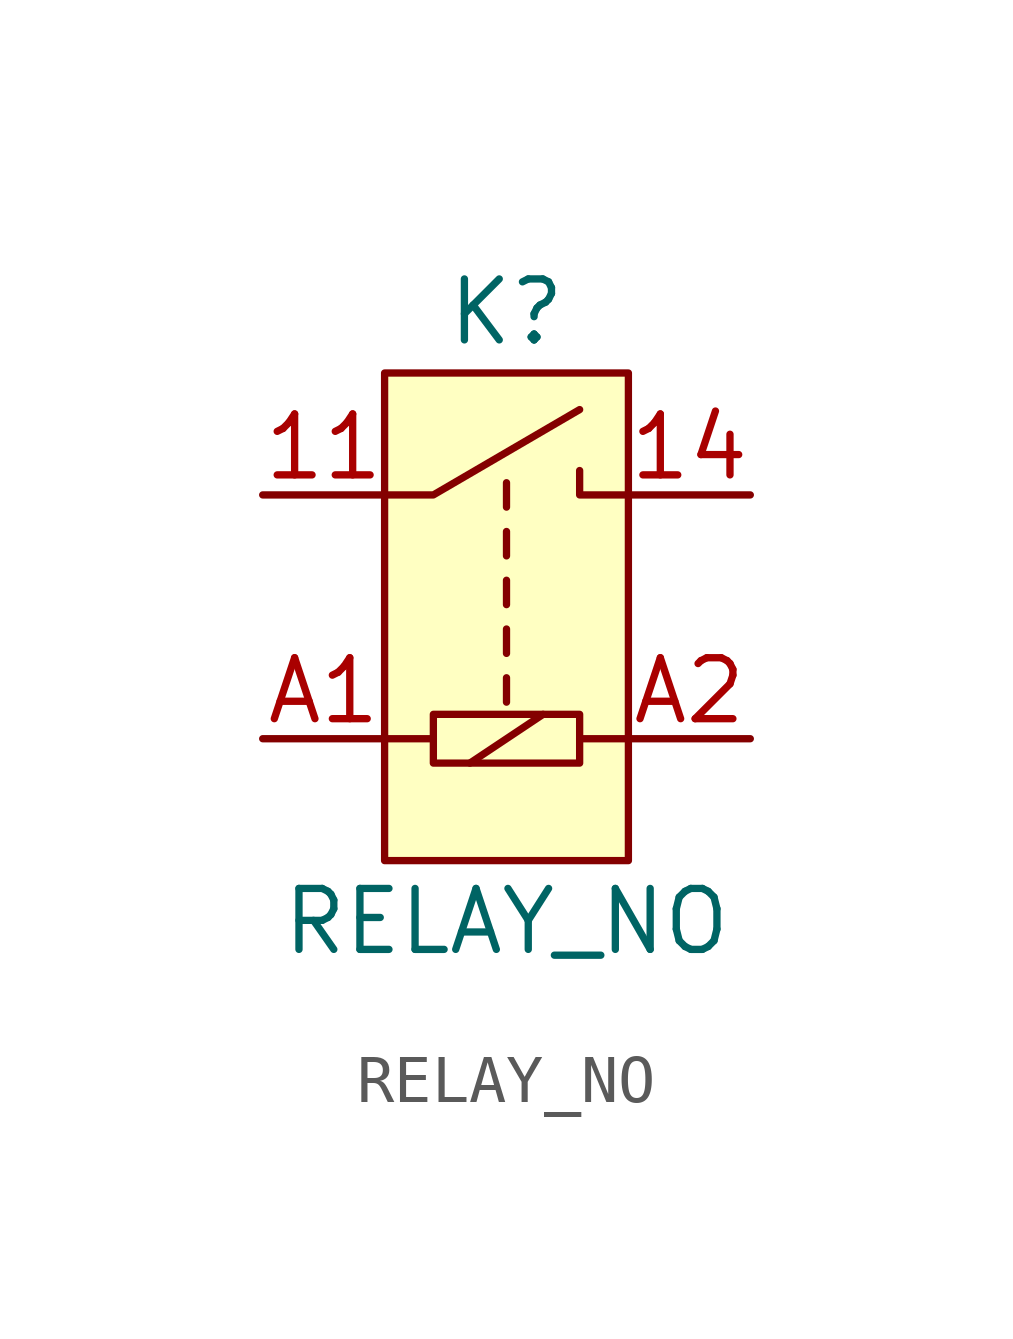
<source format=kicad_sym>
(kicad_symbol_lib
  (version 20211014)
  (generator kicad_symbol_editor)
  (symbol "RELAY_NO"
    (pin_names
      (offset 1.016) hide)
    (property "Reference" "K"
      (at 0 8.89 0)
      (effects (font (size 1.27 1.27))))
    (property "Value" "RELAY_NO"
      (at 0 -3.81 0)
      (effects (font (size 1.27 1.27))))
    (symbol "RELAY_NO_0_1"
      (rectangle (start -2.54 7.62) (end 2.54 -2.54) (stroke (width 0) (type default) (color 0 0 0 0)) (fill (type background)))
      (polyline (pts (xy -2.54 0) (xy -1.524 0)) (stroke (width 0) (type default) (color 0 0 0 0)) (fill (type none)))
      (polyline (pts (xy -0.762 -0.508) (xy 0.762 0.508)) (stroke (width 0) (type default) (color 0 0 0 0)) (fill (type none)))
      (polyline (pts (xy 0 1.27) (xy 0 0.762)) (stroke (width 0) (type default) (color 0 0 0 0)) (fill (type none)))
      (polyline (pts (xy 0 2.286) (xy 0 1.778)) (stroke (width 0) (type default) (color 0 0 0 0)) (fill (type none)))
      (polyline (pts (xy 0 3.302) (xy 0 2.794)) (stroke (width 0) (type default) (color 0 0 0 0)) (fill (type none)))
      (polyline (pts (xy 0 4.318) (xy 0 3.81)) (stroke (width 0) (type default) (color 0 0 0 0)) (fill (type none)))
      (polyline (pts (xy 0 5.334) (xy 0 4.826)) (stroke (width 0) (type default) (color 0 0 0 0)) (fill (type none)))
      (polyline (pts (xy 1.524 0) (xy 2.54 0)) (stroke (width 0) (type default) (color 0 0 0 0)) (fill (type none)))
      (polyline (pts (xy -2.54 5.08) (xy -1.524 5.08) (xy 1.524 6.858)) (stroke (width 0) (type default) (color 0 0 0 0)) (fill (type none)))
      (polyline (pts (xy 2.54 5.08) (xy 1.524 5.08) (xy 1.524 5.588)) (stroke (width 0) (type default) (color 0 0 0 0)) (fill (type none)))
      (polyline (pts (xy 1.524 0.508) (xy 1.524 -0.508) (xy -1.524 -0.508) (xy -1.524 0.508) (xy 1.524 0.508)) (stroke (width 0) (type default) (color 0 0 0 0)) (fill (type none))))
    (symbol "RELAY_NO_1_1"
      (pin passive line (at -5.08 5.08 0) (length 2.54) (name "11" (effects (font (size 1.27 1.27)))) (number "11" (effects (font (size 1.27 1.27)))))
      (pin passive line (at 5.08 5.08 180) (length 2.54) (name "14" (effects (font (size 1.27 1.27)))) (number "14" (effects (font (size 1.27 1.27)))))
      (pin passive line (at -5.08 0 0) (length 2.54) (name "A1" (effects (font (size 1.27 1.27)))) (number "A1" (effects (font (size 1.27 1.27)))))
      (pin passive line (at 5.08 0 180) (length 2.54) (name "A2" (effects (font (size 1.27 1.27)))) (number "A2" (effects (font (size 1.27 1.27))))))))
</source>
